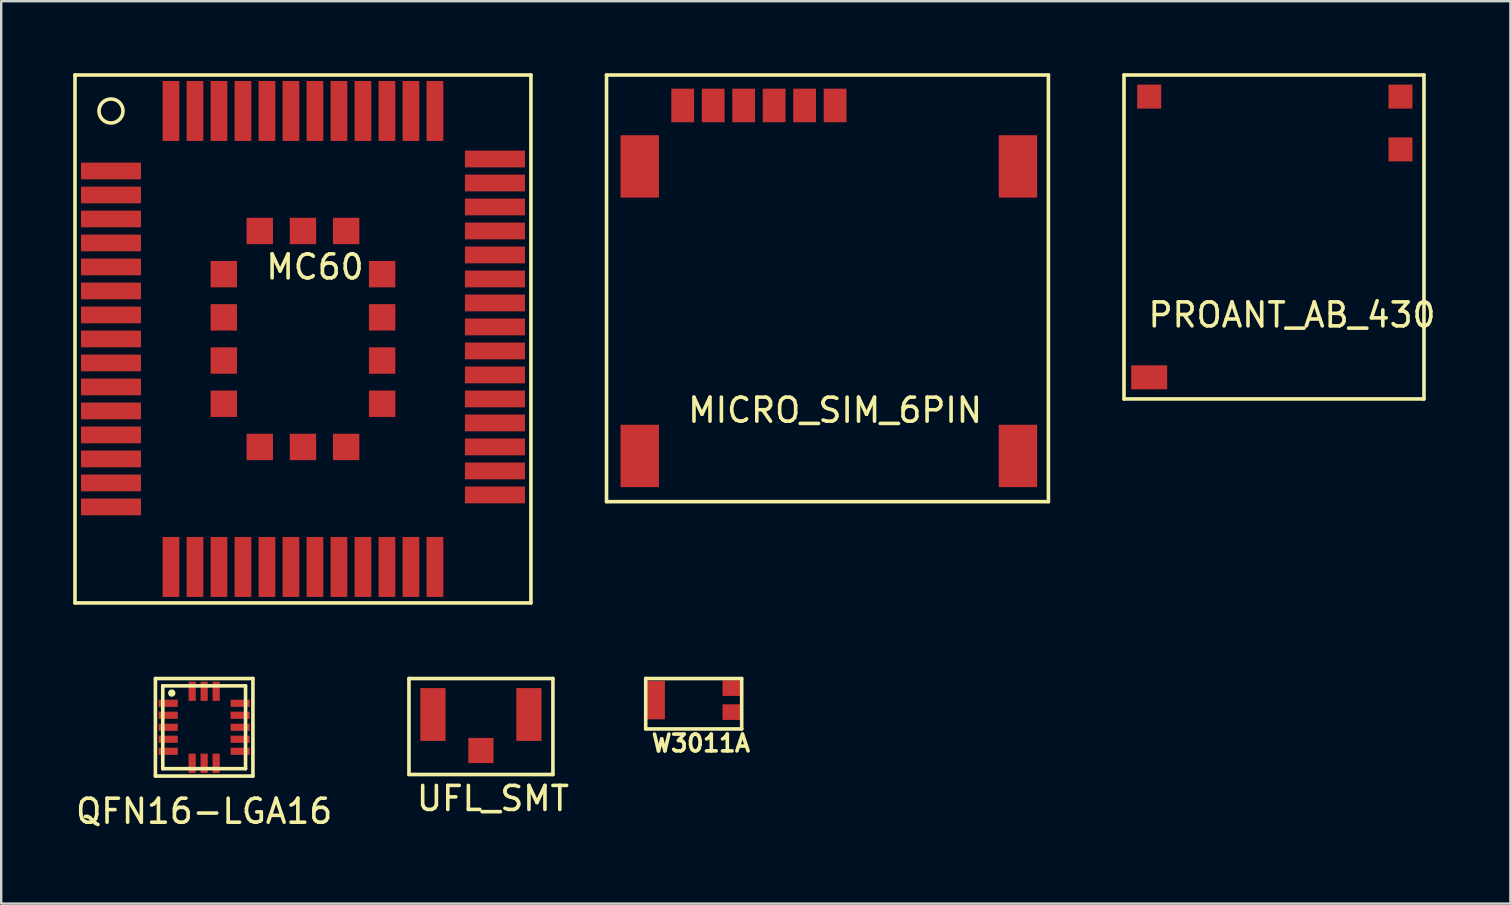
<source format=kicad_pcb>
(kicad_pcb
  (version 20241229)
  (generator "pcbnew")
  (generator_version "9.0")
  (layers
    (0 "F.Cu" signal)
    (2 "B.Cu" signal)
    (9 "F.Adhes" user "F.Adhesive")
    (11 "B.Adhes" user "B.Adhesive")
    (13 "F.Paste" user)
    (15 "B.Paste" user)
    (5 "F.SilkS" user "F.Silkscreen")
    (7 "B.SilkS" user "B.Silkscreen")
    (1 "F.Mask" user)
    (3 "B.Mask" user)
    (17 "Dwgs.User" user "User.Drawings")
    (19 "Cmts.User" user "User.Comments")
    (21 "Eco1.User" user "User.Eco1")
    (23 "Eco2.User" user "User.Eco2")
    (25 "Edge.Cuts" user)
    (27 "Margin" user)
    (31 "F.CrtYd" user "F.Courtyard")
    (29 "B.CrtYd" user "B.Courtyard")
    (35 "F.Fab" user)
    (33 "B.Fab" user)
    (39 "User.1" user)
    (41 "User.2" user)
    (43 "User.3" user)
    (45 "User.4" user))
  (footprint "PROANT_AB_430"
    (layer "F.Cu")
    (at 50.29 6.075)
    (property "Reference" "PROANT_AB_430" (at 0.5 4 0) (layer "F.SilkS") (effects (font (size 1 1) (thickness 0.15))))
    (attr through_hole)
    (fp_line (start -6.5 -6) (end -6.5 7.5) (stroke (width 0.15) (type solid)) (layer "F.SilkS"))
    (fp_line (start -6.5 7.5) (end 6 7.5) (stroke (width 0.15) (type solid)) (layer "F.SilkS"))
    (fp_line (start 6 -6) (end -6.5 -6) (stroke (width 0.15) (type solid)) (layer "F.SilkS"))
    (fp_line (start 6 7.5) (end 6 -6) (stroke (width 0.15) (type solid)) (layer "F.SilkS"))
    (pad "1" smd rect (at 5.02 -2.9) (size 1 1) (layers "F.Cu" "F.Mask" "F.Paste"))
    (pad "2" smd rect (at 5.02 -5.1) (size 1 1) (layers "F.Cu" "F.Mask" "F.Paste"))
    (pad "3" smd rect (at -5.45 -5.1) (size 1 1) (layers "F.Cu" "F.Mask" "F.Paste"))
    (pad "4" smd rect (at -5.45 6.6) (size 1.5 1) (layers "F.Cu" "F.Mask" "F.Paste")))
  (footprint "MICRO_SIM_6PIN"
    (layer "F.Cu")
    (at 31.75 9.6)
    (property "Reference" "MICRO_SIM_6PIN" (at 0 4.445 0) (layer "F.SilkS") (effects (font (size 1 1) (thickness 0.15))))
    (attr through_hole)
    (fp_line (start -9.525 -9.525) (end 8.89 -9.525) (stroke (width 0.15) (type solid)) (layer "F.SilkS"))
    (fp_line (start -9.525 8.255) (end -9.525 -9.525) (stroke (width 0.15) (type solid)) (layer "F.SilkS"))
    (fp_line (start 8.89 -9.525) (end 8.89 8.255) (stroke (width 0.15) (type solid)) (layer "F.SilkS"))
    (fp_line (start 8.89 8.255) (end -9.525 8.255) (stroke (width 0.15) (type solid)) (layer "F.SilkS"))
    (pad "1" smd rect (at -5.08 -8.255) (size 0.95 1.4) (layers "F.Cu" "F.Mask" "F.Paste"))
    (pad "2" smd rect (at -6.35 -8.255) (size 0.95 1.4) (layers "F.Cu" "F.Mask" "F.Paste"))
    (pad "3" smd rect (at -2.54 -8.255) (size 0.95 1.4) (layers "F.Cu" "F.Mask" "F.Paste"))
    (pad "4" smd rect (at -3.81 -8.255) (size 0.95 1.4) (layers "F.Cu" "F.Mask" "F.Paste"))
    (pad "5" smd rect (at 0 -8.255) (size 0.95 1.4) (layers "F.Cu" "F.Mask" "F.Paste"))
    (pad "6" smd rect (at -1.27 -8.255) (size 0.95 1.4) (layers "F.Cu" "F.Mask" "F.Paste"))
    (pad "7" smd rect (at -8.14 -5.715) (size 1.6 2.6) (layers "F.Cu" "F.Mask" "F.Paste"))
    (pad "8" smd rect (at 7.62 -5.715) (size 1.6 2.6) (layers "F.Cu" "F.Mask" "F.Paste"))
    (pad "9" smd rect (at 7.62 6.35) (size 1.6 2.6) (layers "F.Cu" "F.Mask" "F.Paste"))
    (pad "10" smd rect (at -8.14 6.35) (size 1.6 2.6) (layers "F.Cu" "F.Mask" "F.Paste")))
  (footprint "MC60"
    (layer "F.Cu")
    (at 9.575 11.075)
    (property "Reference" "MC60" (at 0.5 -3 0) (layer "F.SilkS") (effects (font (size 1 1) (thickness 0.15))))
    (attr through_hole)
    (fp_line (start -9.5 -11) (end 9.5 -11) (stroke (width 0.15) (type solid)) (layer "F.SilkS"))
    (fp_line (start -9.5 11) (end -9.5 -11) (stroke (width 0.15) (type solid)) (layer "F.SilkS"))
    (fp_line (start 9.5 -11) (end 9.5 11) (stroke (width 0.15) (type solid)) (layer "F.SilkS"))
    (fp_line (start 9.5 11) (end -9.5 11) (stroke (width 0.15) (type solid)) (layer "F.SilkS"))
    (fp_circle (center -8 -9.5) (end -8 -10) (stroke (width 0.15) (type solid)) (fill no) (layer "F.SilkS"))
    (pad "1" smd rect (at -8 -7 90) (size 0.7 2.5) (layers "F.Cu" "F.Mask" "F.Paste"))
    (pad "2" smd rect (at -8 -6 90) (size 0.7 2.5) (layers "F.Cu" "F.Mask" "F.Paste"))
    (pad "3" smd rect (at -8 -5 90) (size 0.7 2.5) (layers "F.Cu" "F.Mask" "F.Paste"))
    (pad "4" smd rect (at -8 -4 90) (size 0.7 2.5) (layers "F.Cu" "F.Mask" "F.Paste"))
    (pad "5" smd rect (at -8 -3 90) (size 0.7 2.5) (layers "F.Cu" "F.Mask" "F.Paste"))
    (pad "6" smd rect (at -8 -2 90) (size 0.7 2.5) (layers "F.Cu" "F.Mask" "F.Paste"))
    (pad "7" smd rect (at -8 -1 90) (size 0.7 2.5) (layers "F.Cu" "F.Mask" "F.Paste"))
    (pad "8" smd rect (at -8 0 90) (size 0.7 2.5) (layers "F.Cu" "F.Mask" "F.Paste"))
    (pad "9" smd rect (at -8 1 90) (size 0.7 2.5) (layers "F.Cu" "F.Mask" "F.Paste"))
    (pad "10" smd rect (at -8 2 90) (size 0.7 2.5) (layers "F.Cu" "F.Mask" "F.Paste"))
    (pad "11" smd rect (at -8 3 90) (size 0.7 2.5) (layers "F.Cu" "F.Mask" "F.Paste"))
    (pad "12" smd rect (at -8 4 90) (size 0.7 2.5) (layers "F.Cu" "F.Mask" "F.Paste"))
    (pad "13" smd rect (at -8 5 90) (size 0.7 2.5) (layers "F.Cu" "F.Mask" "F.Paste"))
    (pad "14" smd rect (at -8 6 90) (size 0.7 2.5) (layers "F.Cu" "F.Mask" "F.Paste"))
    (pad "15" smd rect (at -8 7 90) (size 0.7 2.5) (layers "F.Cu" "F.Mask" "F.Paste"))
    (pad "16" smd rect (at -5.5 9.5) (size 0.7 2.5) (layers "F.Cu" "F.Mask" "F.Paste"))
    (pad "17" smd rect (at -4.5 9.5) (size 0.7 2.5) (layers "F.Cu" "F.Mask" "F.Paste"))
    (pad "18" smd rect (at -3.5 9.5) (size 0.7 2.5) (layers "F.Cu" "F.Mask" "F.Paste"))
    (pad "19" smd rect (at -2.5 9.5) (size 0.7 2.5) (layers "F.Cu" "F.Mask" "F.Paste"))
    (pad "20" smd rect (at -1.5 9.5) (size 0.7 2.5) (layers "F.Cu" "F.Mask" "F.Paste"))
    (pad "21" smd rect (at -0.5 9.5) (size 0.7 2.5) (layers "F.Cu" "F.Mask" "F.Paste"))
    (pad "22" smd rect (at 0.5 9.5) (size 0.7 2.5) (layers "F.Cu" "F.Mask" "F.Paste"))
    (pad "23" smd rect (at 1.5 9.5) (size 0.7 2.5) (layers "F.Cu" "F.Mask" "F.Paste"))
    (pad "24" smd rect (at 2.5 9.5) (size 0.7 2.5) (layers "F.Cu" "F.Mask" "F.Paste"))
    (pad "25" smd rect (at 3.5 9.5) (size 0.7 2.5) (layers "F.Cu" "F.Mask" "F.Paste"))
    (pad "26" smd rect (at 4.5 9.5) (size 0.7 2.5) (layers "F.Cu" "F.Mask" "F.Paste"))
    (pad "27" smd rect (at 5.5 9.5) (size 0.7 2.5) (layers "F.Cu" "F.Mask" "F.Paste"))
    (pad "28" smd rect (at 8 6.5 90) (size 0.7 2.5) (layers "F.Cu" "F.Mask" "F.Paste"))
    (pad "29" smd rect (at 8 5.5 90) (size 0.7 2.5) (layers "F.Cu" "F.Mask" "F.Paste"))
    (pad "30" smd rect (at 8 4.5 90) (size 0.7 2.5) (layers "F.Cu" "F.Mask" "F.Paste"))
    (pad "31" smd rect (at 8 3.5 90) (size 0.7 2.5) (layers "F.Cu" "F.Mask" "F.Paste"))
    (pad "32" smd rect (at 8 2.5 90) (size 0.7 2.5) (layers "F.Cu" "F.Mask" "F.Paste"))
    (pad "33" smd rect (at 8 1.5 90) (size 0.7 2.5) (layers "F.Cu" "F.Mask" "F.Paste"))
    (pad "34" smd rect (at 8 0.5 90) (size 0.7 2.5) (layers "F.Cu" "F.Mask" "F.Paste"))
    (pad "35" smd rect (at 8 -0.5 90) (size 0.7 2.5) (layers "F.Cu" "F.Mask" "F.Paste"))
    (pad "36" smd rect (at 8 -1.5 90) (size 0.7 2.5) (layers "F.Cu" "F.Mask" "F.Paste"))
    (pad "37" smd rect (at 8 -2.5 90) (size 0.7 2.5) (layers "F.Cu" "F.Mask" "F.Paste"))
    (pad "38" smd rect (at 8 -3.5 90) (size 0.7 2.5) (layers "F.Cu" "F.Mask" "F.Paste"))
    (pad "39" smd rect (at 8 -4.5 90) (size 0.7 2.5) (layers "F.Cu" "F.Mask" "F.Paste"))
    (pad "40" smd rect (at 8 -5.5 90) (size 0.7 2.5) (layers "F.Cu" "F.Mask" "F.Paste"))
    (pad "41" smd rect (at 8 -6.5 90) (size 0.7 2.5) (layers "F.Cu" "F.Mask" "F.Paste"))
    (pad "42" smd rect (at 8 -7.5 90) (size 0.7 2.5) (layers "F.Cu" "F.Mask" "F.Paste"))
    (pad "43" smd rect (at 5.5 -9.5) (size 0.7 2.5) (layers "F.Cu" "F.Mask" "F.Paste"))
    (pad "44" smd rect (at 4.5 -9.5) (size 0.7 2.5) (layers "F.Cu" "F.Mask" "F.Paste"))
    (pad "45" smd rect (at 3.5 -9.5) (size 0.7 2.5) (layers "F.Cu" "F.Mask" "F.Paste"))
    (pad "46" smd rect (at 2.5 -9.5) (size 0.7 2.5) (layers "F.Cu" "F.Mask" "F.Paste"))
    (pad "47" smd rect (at 1.5 -9.5) (size 0.7 2.5) (layers "F.Cu" "F.Mask" "F.Paste"))
    (pad "48" smd rect (at 0.5 -9.5) (size 0.7 2.5) (layers "F.Cu" "F.Mask" "F.Paste"))
    (pad "49" smd rect (at -0.5 -9.5) (size 0.7 2.5) (layers "F.Cu" "F.Mask" "F.Paste"))
    (pad "50" smd rect (at -1.5 -9.5) (size 0.7 2.5) (layers "F.Cu" "F.Mask" "F.Paste"))
    (pad "51" smd rect (at -2.5 -9.5) (size 0.7 2.5) (layers "F.Cu" "F.Mask" "F.Paste"))
    (pad "52" smd rect (at -3.5 -9.5) (size 0.7 2.5) (layers "F.Cu" "F.Mask" "F.Paste"))
    (pad "53" smd rect (at -4.5 -9.5) (size 0.7 2.5) (layers "F.Cu" "F.Mask" "F.Paste"))
    (pad "54" smd rect (at -5.5 -9.5) (size 0.7 2.5) (layers "F.Cu" "F.Mask" "F.Paste"))
    (pad "55" smd rect (at -3.3 -2.7) (size 1.1 1.1) (layers "F.Cu" "F.Mask" "F.Paste"))
    (pad "56" smd rect (at -3.3 -0.9) (size 1.1 1.1) (layers "F.Cu" "F.Mask" "F.Paste"))
    (pad "57" smd rect (at -3.3 0.9) (size 1.1 1.1) (layers "F.Cu" "F.Mask" "F.Paste"))
    (pad "58" smd rect (at -3.3 2.7) (size 1.1 1.1) (layers "F.Cu" "F.Mask" "F.Paste"))
    (pad "59" smd rect (at -1.8 4.5) (size 1.1 1.1) (layers "F.Cu" "F.Mask" "F.Paste"))
    (pad "60" smd rect (at 0 4.5) (size 1.1 1.1) (layers "F.Cu" "F.Mask" "F.Paste"))
    (pad "61" smd rect (at 1.8 4.5) (size 1.1 1.1) (layers "F.Cu" "F.Mask" "F.Paste"))
    (pad "62" smd rect (at 3.3 2.7) (size 1.1 1.1) (layers "F.Cu" "F.Mask" "F.Paste"))
    (pad "63" smd rect (at 3.3 0.9) (size 1.1 1.1) (layers "F.Cu" "F.Mask" "F.Paste"))
    (pad "64" smd rect (at 3.3 -0.9) (size 1.1 1.1) (layers "F.Cu" "F.Mask" "F.Paste"))
    (pad "65" smd rect (at 3.3 -2.7) (size 1.1 1.1) (layers "F.Cu" "F.Mask" "F.Paste"))
    (pad "66" smd rect (at 1.8 -4.5) (size 1.1 1.1) (layers "F.Cu" "F.Mask" "F.Paste"))
    (pad "67" smd rect (at 0 -4.5) (size 1.1 1.1) (layers "F.Cu" "F.Mask" "F.Paste"))
    (pad "68" smd rect (at -1.8 -4.5) (size 1.1 1.1) (layers "F.Cu" "F.Mask" "F.Paste")))
  (footprint "QFN16-LGA16"
    (layer "F.Cu")
    (at 5.458 27.257)
    (property "Reference" "QFN16-LGA16" (at 0 3.5 0) (layer "F.SilkS") (effects (font (size 1 1) (thickness 0.15))))
    (attr through_hole)
    (fp_line (start -2.032 -2.032) (end 2.032 -2.032) (stroke (width 0.15) (type solid)) (layer "F.SilkS"))
    (fp_line (start -2.032 2.032) (end -2.032 -2.032) (stroke (width 0.15) (type solid)) (layer "F.SilkS"))
    (fp_line (start -1.725 -1.725) (end -1.725 1.725) (stroke (width 0.15) (type solid)) (layer "F.SilkS"))
    (fp_line (start -1.725 1.725) (end 1.725 1.725) (stroke (width 0.15) (type solid)) (layer "F.SilkS"))
    (fp_line (start 1.725 -1.725) (end -1.725 -1.725) (stroke (width 0.15) (type solid)) (layer "F.SilkS"))
    (fp_line (start 1.725 1.725) (end 1.725 -1.725) (stroke (width 0.15) (type solid)) (layer "F.SilkS"))
    (fp_line (start 2.032 -2.032) (end 2.032 2.032) (stroke (width 0.15) (type solid)) (layer "F.SilkS"))
    (fp_line (start 2.032 2.032) (end -2.032 2.032) (stroke (width 0.15) (type solid)) (layer "F.SilkS"))
    (fp_circle (center -1.35 -1.425) (end -1.375 -1.5) (stroke (width 0.15) (type solid)) (fill no) (layer "F.SilkS"))
    (pad "1" smd rect (at -1.5 -1) (size 0.8 0.3) (layers "F.Cu" "F.Mask" "F.Paste"))
    (pad "2" smd rect (at -1.5 -0.5) (size 0.8 0.3) (layers "F.Cu" "F.Mask" "F.Paste"))
    (pad "3" smd rect (at -1.5 0) (size 0.8 0.3) (layers "F.Cu" "F.Mask" "F.Paste"))
    (pad "4" smd rect (at -1.5 0.5) (size 0.8 0.3) (layers "F.Cu" "F.Mask" "F.Paste"))
    (pad "5" smd rect (at -1.5 1) (size 0.8 0.3) (layers "F.Cu" "F.Mask" "F.Paste"))
    (pad "6" smd rect (at -0.5 1.5 90) (size 0.8 0.3) (layers "F.Cu" "F.Mask" "F.Paste"))
    (pad "7" smd rect (at 0 1.5 90) (size 0.8 0.3) (layers "F.Cu" "F.Mask" "F.Paste"))
    (pad "8" smd rect (at 0.5 1.5 90) (size 0.8 0.3) (layers "F.Cu" "F.Mask" "F.Paste"))
    (pad "9" smd rect (at 1.5 1) (size 0.8 0.3) (layers "F.Cu" "F.Mask" "F.Paste"))
    (pad "10" smd rect (at 1.5 0.5) (size 0.8 0.3) (layers "F.Cu" "F.Mask" "F.Paste"))
    (pad "11" smd rect (at 1.5 0) (size 0.8 0.3) (layers "F.Cu" "F.Mask" "F.Paste"))
    (pad "12" smd rect (at 1.5 -0.5) (size 0.8 0.3) (layers "F.Cu" "F.Mask" "F.Paste"))
    (pad "13" smd rect (at 1.5 -1) (size 0.8 0.3) (layers "F.Cu" "F.Mask" "F.Paste"))
    (pad "14" smd rect (at 0.5 -1.5 90) (size 0.8 0.3) (layers "F.Cu" "F.Mask" "F.Paste"))
    (pad "15" smd rect (at 0 -1.5 90) (size 0.8 0.3) (layers "F.Cu" "F.Mask" "F.Paste"))
    (pad "16" smd rect (at -0.5 -1.5 90) (size 0.8 0.3) (layers "F.Cu" "F.Mask" "F.Paste")))
  (footprint "UFL_SMT"
    (layer "F.Cu")
    (at 16.992 26.725)
    (property "Reference" "UFL_SMT" (at 0.5 3.5 0) (layer "F.SilkS") (effects (font (size 1 1) (thickness 0.15))))
    (attr through_hole)
    (fp_line (start -3 -1.5) (end 3 -1.5) (stroke (width 0.15) (type solid)) (layer "F.SilkS"))
    (fp_line (start -3 2.5) (end -3 -1.5) (stroke (width 0.15) (type solid)) (layer "F.SilkS"))
    (fp_line (start 3 -1.5) (end 3 2.5) (stroke (width 0.15) (type solid)) (layer "F.SilkS"))
    (fp_line (start 3 2.5) (end -3 2.5) (stroke (width 0.15) (type solid)) (layer "F.SilkS"))
    (pad "1" smd rect (at 2 0) (size 1.05 2.2) (layers "F.Cu" "F.Mask" "F.Paste"))
    (pad "2" smd rect (at -2 0) (size 1.05 2.2) (layers "F.Cu" "F.Mask" "F.Paste"))
    (pad "3" smd rect (at 0 1.5) (size 1.05 1.05) (layers "F.Cu" "F.Mask" "F.Paste")))
  (footprint "W3011A"
    (layer "F.Cu")
    (at 25.858 26.125)
    (property "Reference" "W3011A" (at 0.3 1.8 0) (layer "F.SilkS") (effects (font (size 0.7 0.7) (thickness 0.15))))
    (attr through_hole)
    (fp_line (start -2 -0.9) (end -2 1.2) (stroke (width 0.15) (type solid)) (layer "F.SilkS"))
    (fp_line (start -2 1.2) (end 2 1.2) (stroke (width 0.15) (type solid)) (layer "F.SilkS"))
    (fp_line (start 2 -0.9) (end -2 -0.9) (stroke (width 0.15) (type solid)) (layer "F.SilkS"))
    (fp_line (start 2 1.2) (end 2 -0.9) (stroke (width 0.15) (type solid)) (layer "F.SilkS"))
    (pad "1" smd rect (at 1.6 -0.5) (size 0.8 0.65) (layers "F.Cu" "F.Mask" "F.Paste"))
    (pad "2" smd rect (at -1.6 0) (size 0.8 1.6) (layers "F.Cu" "F.Mask" "F.Paste"))
    (pad "2" smd rect (at 1.6 0.5) (size 0.8 0.65) (layers "F.Cu" "F.Mask" "F.Paste")))
  (gr_rect
    (start -3 -3)
    (end 59.891 34.605)
    (stroke (width 0.1) (type default))
    (fill no)
    (layer "Edge.Cuts")))
</source>
